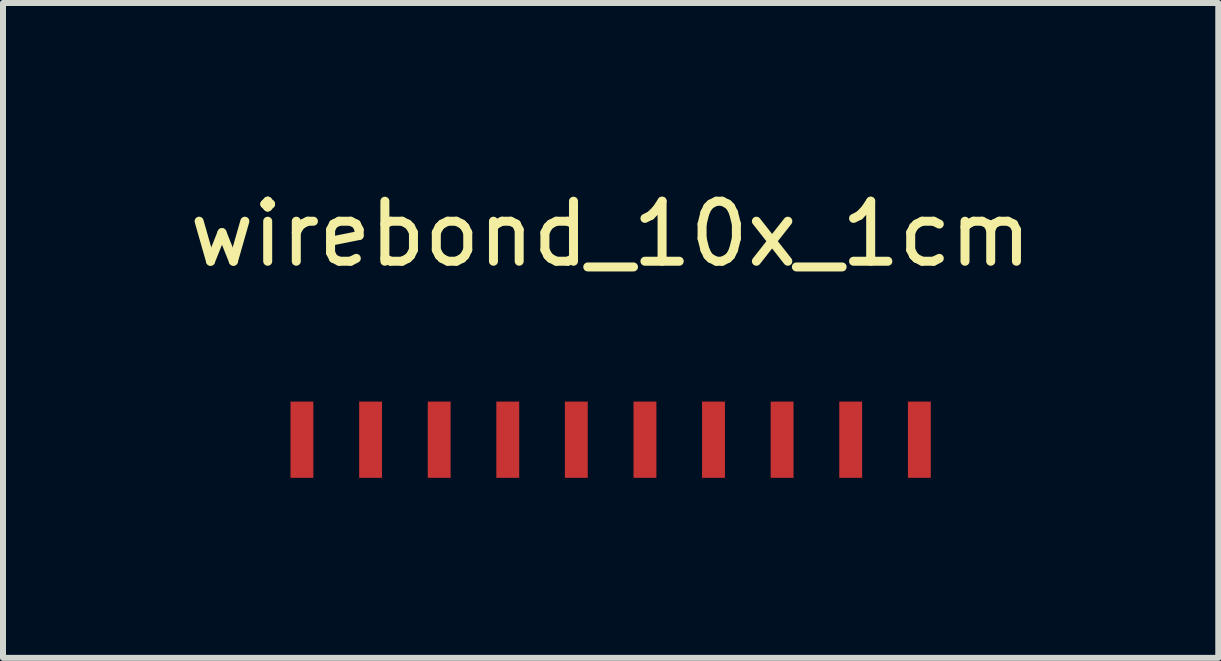
<source format=kicad_pcb>
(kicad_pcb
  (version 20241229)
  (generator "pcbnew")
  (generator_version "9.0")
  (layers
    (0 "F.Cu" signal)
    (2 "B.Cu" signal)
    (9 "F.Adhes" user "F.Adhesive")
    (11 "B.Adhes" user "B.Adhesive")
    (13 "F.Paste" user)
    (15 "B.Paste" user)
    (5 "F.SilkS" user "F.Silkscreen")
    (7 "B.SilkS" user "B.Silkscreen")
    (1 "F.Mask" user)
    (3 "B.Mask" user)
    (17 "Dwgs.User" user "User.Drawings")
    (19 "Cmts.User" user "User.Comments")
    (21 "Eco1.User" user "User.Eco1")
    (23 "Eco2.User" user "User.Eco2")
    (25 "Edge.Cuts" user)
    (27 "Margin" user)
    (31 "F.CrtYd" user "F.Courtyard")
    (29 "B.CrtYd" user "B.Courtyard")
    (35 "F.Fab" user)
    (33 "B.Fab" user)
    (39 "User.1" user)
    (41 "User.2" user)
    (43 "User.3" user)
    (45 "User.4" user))
  (footprint "wirebond_10x_1cm"
    (layer "F.Cu")
    (at 7.125 4.277)
    (property "Reference" "wirebond_10x_1cm" (at 0 -3.429 0) (layer "F.SilkS") (effects (font (size 1 1) (thickness 0.15))))
    (attr through_hole)
    (pad "1" smd rect (at -5.144 0) (size 0.381 1.27) (layers "F.Cu" "F.Mask" "F.Paste"))
    (pad "2" smd rect (at -4 0) (size 0.381 1.27) (layers "F.Cu" "F.Mask" "F.Paste"))
    (pad "3" smd rect (at -2.857 0) (size 0.381 1.27) (layers "F.Cu" "F.Mask" "F.Paste"))
    (pad "4" smd rect (at -1.714 0) (size 0.381 1.27) (layers "F.Cu" "F.Mask" "F.Paste"))
    (pad "5" smd rect (at -0.572 0) (size 0.381 1.27) (layers "F.Cu" "F.Mask" "F.Paste"))
    (pad "6" smd rect (at 0.572 0) (size 0.381 1.27) (layers "F.Cu" "F.Mask" "F.Paste"))
    (pad "7" smd rect (at 1.714 0) (size 0.381 1.27) (layers "F.Cu" "F.Mask" "F.Paste"))
    (pad "8" smd rect (at 2.857 0) (size 0.381 1.27) (layers "F.Cu" "F.Mask" "F.Paste"))
    (pad "9" smd rect (at 4 0) (size 0.381 1.27) (layers "F.Cu" "F.Mask" "F.Paste"))
    (pad "10" smd rect (at 5.144 0) (size 0.381 1.27) (layers "F.Cu" "F.Mask" "F.Paste")))
  (gr_rect
    (start -3 -3)
    (end 17.25 7.912)
    (stroke (width 0.1) (type default))
    (fill no)
    (layer "Edge.Cuts")))
</source>
